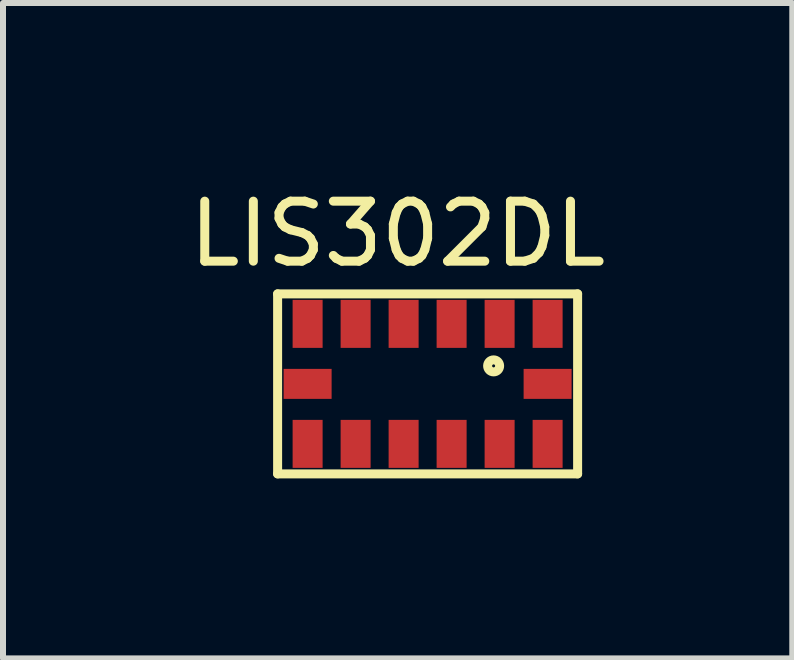
<source format=kicad_pcb>
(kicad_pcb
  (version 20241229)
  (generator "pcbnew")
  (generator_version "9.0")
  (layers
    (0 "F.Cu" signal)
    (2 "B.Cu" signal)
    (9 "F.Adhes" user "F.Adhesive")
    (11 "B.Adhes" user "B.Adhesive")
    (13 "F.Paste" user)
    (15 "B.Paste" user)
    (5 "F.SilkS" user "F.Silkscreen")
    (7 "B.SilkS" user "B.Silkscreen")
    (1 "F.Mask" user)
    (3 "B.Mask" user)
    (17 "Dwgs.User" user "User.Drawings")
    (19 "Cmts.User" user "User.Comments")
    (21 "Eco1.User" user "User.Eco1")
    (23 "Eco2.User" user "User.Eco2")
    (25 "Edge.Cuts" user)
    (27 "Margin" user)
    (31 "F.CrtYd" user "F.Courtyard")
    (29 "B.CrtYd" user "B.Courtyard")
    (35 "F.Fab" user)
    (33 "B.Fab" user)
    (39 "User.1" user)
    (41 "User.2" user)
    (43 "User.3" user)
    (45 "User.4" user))
  (footprint "LIS302DL"
    (layer "F.Cu")
    (at 4.077 3.348)
    (property "Reference" "LIS302DL" (at -0.5 -2.5 0) (layer "F.SilkS") (effects (font (size 1 1) (thickness 0.15))))
    (attr through_hole)
    (fp_line (start -2.5 -1.5) (end 2.5 -1.5) (stroke (width 0.15) (type solid)) (layer "F.SilkS"))
    (fp_line (start -2.5 1.5) (end -2.5 -1.5) (stroke (width 0.15) (type solid)) (layer "F.SilkS"))
    (fp_line (start 2.5 -1.5) (end 2.5 1.5) (stroke (width 0.15) (type solid)) (layer "F.SilkS"))
    (fp_line (start 2.5 1.5) (end -2.5 1.5) (stroke (width 0.15) (type solid)) (layer "F.SilkS"))
    (fp_circle (center 1.1 -0.3) (end 1 -0.3) (stroke (width 0.15) (type solid)) (fill no) (layer "F.SilkS"))
    (pad "1" smd rect (at 2 -1) (size 0.5 0.8) (layers "F.Cu" "F.Mask" "F.Paste"))
    (pad "2" smd rect (at 1.2 -1) (size 0.5 0.8) (layers "F.Cu" "F.Mask" "F.Paste"))
    (pad "3" smd rect (at 0.4 -1) (size 0.5 0.8) (layers "F.Cu" "F.Mask" "F.Paste"))
    (pad "4" smd rect (at -0.4 -1) (size 0.5 0.8) (layers "F.Cu" "F.Mask" "F.Paste"))
    (pad "5" smd rect (at -1.2 -1) (size 0.5 0.8) (layers "F.Cu" "F.Mask" "F.Paste"))
    (pad "6" smd rect (at -2 -1) (size 0.5 0.8) (layers "F.Cu" "F.Mask" "F.Paste"))
    (pad "7" smd rect (at -2 0 90) (size 0.5 0.8) (layers "F.Cu" "F.Mask" "F.Paste"))
    (pad "8" smd rect (at -2 1) (size 0.5 0.8) (layers "F.Cu" "F.Mask" "F.Paste"))
    (pad "9" smd rect (at -1.2 1) (size 0.5 0.8) (layers "F.Cu" "F.Mask" "F.Paste"))
    (pad "10" smd rect (at -0.4 1) (size 0.5 0.8) (layers "F.Cu" "F.Mask" "F.Paste"))
    (pad "11" smd rect (at 0.4 1) (size 0.5 0.8) (layers "F.Cu" "F.Mask" "F.Paste"))
    (pad "12" smd rect (at 1.2 1) (size 0.5 0.8) (layers "F.Cu" "F.Mask" "F.Paste"))
    (pad "13" smd rect (at 2 1) (size 0.5 0.8) (layers "F.Cu" "F.Mask" "F.Paste"))
    (pad "14" smd rect (at 2 0 90) (size 0.5 0.8) (layers "F.Cu" "F.Mask" "F.Paste")))
  (gr_rect
    (start -3 -3)
    (end 10.155 7.923)
    (stroke (width 0.1) (type default))
    (fill no)
    (layer "Edge.Cuts")))
</source>
